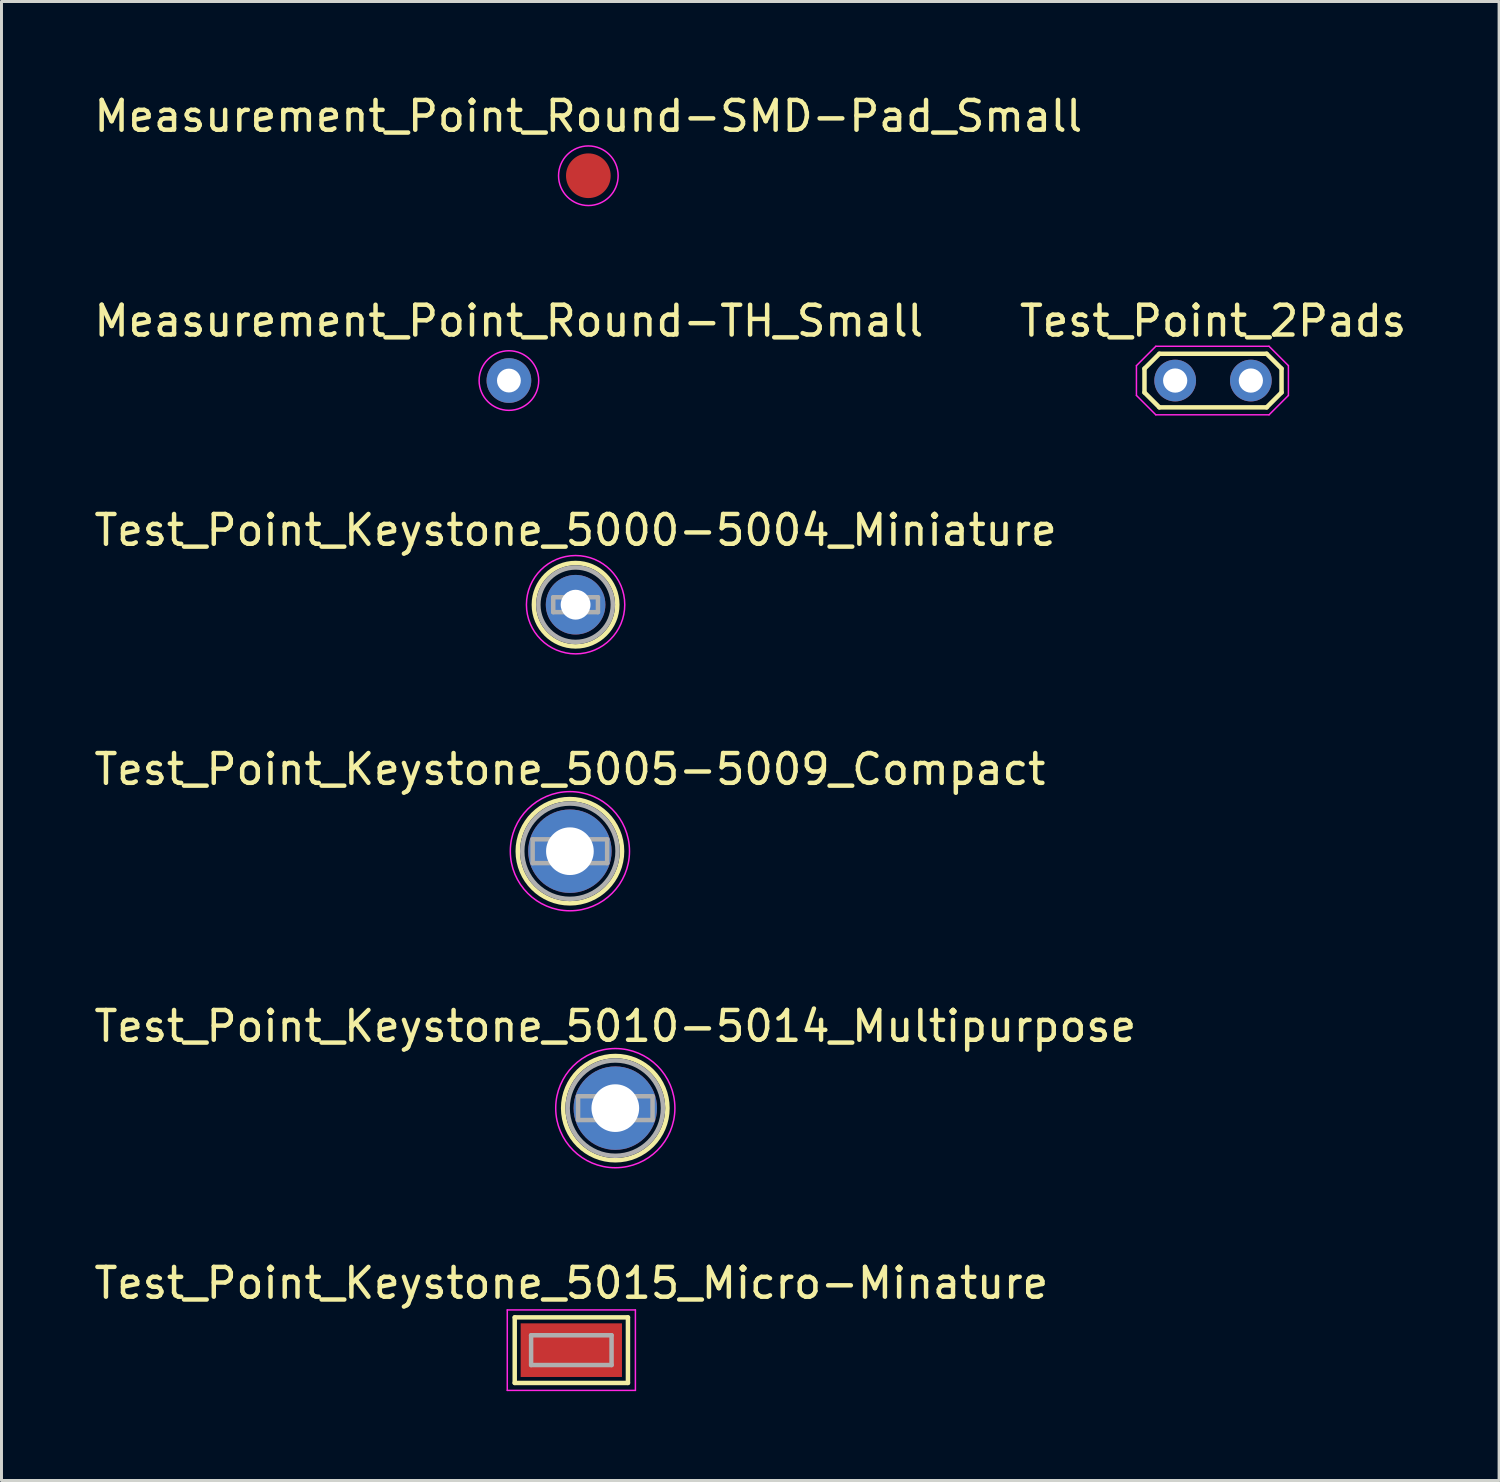
<source format=kicad_pcb>
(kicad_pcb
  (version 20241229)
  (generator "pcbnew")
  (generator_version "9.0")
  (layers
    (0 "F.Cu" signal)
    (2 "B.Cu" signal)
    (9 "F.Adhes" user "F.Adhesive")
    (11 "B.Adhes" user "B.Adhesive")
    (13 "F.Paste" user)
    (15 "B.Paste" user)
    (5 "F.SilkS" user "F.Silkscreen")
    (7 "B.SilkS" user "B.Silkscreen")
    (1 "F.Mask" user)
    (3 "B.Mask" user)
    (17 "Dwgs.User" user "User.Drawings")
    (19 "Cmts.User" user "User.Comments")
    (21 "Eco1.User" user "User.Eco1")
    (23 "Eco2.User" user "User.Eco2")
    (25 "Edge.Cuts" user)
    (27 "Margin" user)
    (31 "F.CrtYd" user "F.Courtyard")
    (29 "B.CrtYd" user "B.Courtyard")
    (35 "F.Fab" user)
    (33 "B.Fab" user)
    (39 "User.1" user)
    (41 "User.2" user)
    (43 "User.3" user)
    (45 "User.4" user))
  (footprint "Measurement_Point_Round-SMD-Pad_Small"
    (layer "F.Cu")
    (at 16.696 2.848)
    (property "Reference" "Measurement_Point_Round-SMD-Pad_Small" (at 0 -2 0) (layer "F.SilkS") (effects (font (size 1 1) (thickness 0.15))))
    (attr exclude_from_pos_files exclude_from_bom)
    (fp_circle (center 0 0) (end 1 0) (stroke (width 0.05) (type solid)) (fill no) (layer "F.CrtYd"))
    (pad "1" smd circle (at 0 0) (size 1.5 1.5) (layers "F.Cu" "F.Mask")))
  (footprint "Test_Point_Keystone_5005-5009_Compact"
    (layer "F.Cu")
    (at 16.077 25.518)
    (property "Reference" "Test_Point_Keystone_5005-5009_Compact" (at 0 -2.75 0) (layer "F.SilkS") (effects (font (size 1 1) (thickness 0.15))))
    (attr exclude_from_pos_files exclude_from_bom)
    (fp_circle (center 0 0) (end 1.75 0) (stroke (width 0.15) (type solid)) (fill no) (layer "F.SilkS"))
    (fp_circle (center 0 0) (end 2 0) (stroke (width 0.05) (type solid)) (fill no) (layer "F.CrtYd"))
    (fp_line (start -1.25 -0.4) (end 1.25 -0.4) (stroke (width 0.15) (type solid)) (layer "F.Fab"))
    (fp_line (start -1.25 0.4) (end -1.25 -0.4) (stroke (width 0.15) (type solid)) (layer "F.Fab"))
    (fp_line (start 1.25 -0.4) (end 1.25 0.4) (stroke (width 0.15) (type solid)) (layer "F.Fab"))
    (fp_line (start 1.25 0.4) (end -1.25 0.4) (stroke (width 0.15) (type solid)) (layer "F.Fab"))
    (fp_circle (center 0 0) (end 1.6 0) (stroke (width 0.15) (type solid)) (fill no) (layer "F.Fab"))
    (pad "1" thru_hole circle (at 0 0) (size 2.8 2.8) (drill 1.6) (layers "*.Cu" "*.Mask")))
  (footprint "Test_Point_Keystone_5010-5014_Multipurpose"
    (layer "F.Cu")
    (at 17.601 34.141)
    (property "Reference" "Test_Point_Keystone_5010-5014_Multipurpose" (at 0 -2.75 0) (layer "F.SilkS") (effects (font (size 1 1) (thickness 0.15))))
    (attr exclude_from_pos_files exclude_from_bom)
    (fp_circle (center 0 0) (end 1.75 0) (stroke (width 0.15) (type solid)) (fill no) (layer "F.SilkS"))
    (fp_circle (center 0 0) (end 2 0) (stroke (width 0.05) (type solid)) (fill no) (layer "F.CrtYd"))
    (fp_line (start -1.25 -0.4) (end 1.25 -0.4) (stroke (width 0.15) (type solid)) (layer "F.Fab"))
    (fp_line (start -1.25 0.4) (end -1.25 -0.4) (stroke (width 0.15) (type solid)) (layer "F.Fab"))
    (fp_line (start 1.25 -0.4) (end 1.25 0.4) (stroke (width 0.15) (type solid)) (layer "F.Fab"))
    (fp_line (start 1.25 0.4) (end -1.25 0.4) (stroke (width 0.15) (type solid)) (layer "F.Fab"))
    (fp_circle (center 0 0) (end 1.6 0) (stroke (width 0.15) (type solid)) (fill no) (layer "F.Fab"))
    (pad "1" thru_hole circle (at 0 0) (size 2.8 2.8) (drill 1.6) (layers "*.Cu" "*.Mask")))
  (footprint "Measurement_Point_Round-TH_Small"
    (layer "F.Cu")
    (at 14.03 9.722)
    (property "Reference" "Measurement_Point_Round-TH_Small" (at 0 -2 0) (layer "F.SilkS") (effects (font (size 1 1) (thickness 0.15))))
    (attr exclude_from_pos_files exclude_from_bom)
    (fp_circle (center 0 0) (end 1 0) (stroke (width 0.05) (type solid)) (fill no) (layer "F.CrtYd"))
    (pad "1" thru_hole circle (at 0 0) (size 1.5 1.5) (drill 0.8) (layers "*.Cu" "*.Mask")))
  (footprint "Test_Point_Keystone_5000-5004_Miniature"
    (layer "F.Cu")
    (at 16.268 17.245)
    (property "Reference" "Test_Point_Keystone_5000-5004_Miniature" (at 0 -2.5 0) (layer "F.SilkS") (effects (font (size 1 1) (thickness 0.15))))
    (attr exclude_from_pos_files exclude_from_bom)
    (fp_circle (center 0 0) (end 1.4 0) (stroke (width 0.15) (type solid)) (fill no) (layer "F.SilkS"))
    (fp_circle (center 0 0) (end 1.65 0) (stroke (width 0.05) (type solid)) (fill no) (layer "F.CrtYd"))
    (fp_line (start -0.75 -0.25) (end 0.75 -0.25) (stroke (width 0.15) (type solid)) (layer "F.Fab"))
    (fp_line (start -0.75 0.25) (end -0.75 -0.25) (stroke (width 0.15) (type solid)) (layer "F.Fab"))
    (fp_line (start 0.75 -0.25) (end 0.75 0.25) (stroke (width 0.15) (type solid)) (layer "F.Fab"))
    (fp_line (start 0.75 0.25) (end -0.75 0.25) (stroke (width 0.15) (type solid)) (layer "F.Fab"))
    (fp_circle (center 0 0) (end 1.25 0) (stroke (width 0.15) (type solid)) (fill no) (layer "F.Fab"))
    (pad "1" thru_hole circle (at 0 0) (size 2 2) (drill 1) (layers "*.Cu" "*.Mask")))
  (footprint "Test_Point_2Pads"
    (layer "F.Cu")
    (at 36.391 9.722)
    (property "Reference" "Test_Point_2Pads" (at 1.27 -2 0) (layer "F.SilkS") (effects (font (size 1 1) (thickness 0.15))))
    (attr exclude_from_pos_files exclude_from_bom)
    (fp_line (start -1.03 -0.4) (end -0.53 -0.9) (stroke (width 0.15) (type solid)) (layer "F.SilkS"))
    (fp_line (start -1.03 0.4) (end -1.03 -0.4) (stroke (width 0.15) (type solid)) (layer "F.SilkS"))
    (fp_line (start -0.53 -0.9) (end 3.07 -0.9) (stroke (width 0.15) (type solid)) (layer "F.SilkS"))
    (fp_line (start -0.53 0.9) (end -1.03 0.4) (stroke (width 0.15) (type solid)) (layer "F.SilkS"))
    (fp_line (start 3.07 -0.9) (end 3.57 -0.4) (stroke (width 0.15) (type solid)) (layer "F.SilkS"))
    (fp_line (start 3.07 0.9) (end -0.53 0.9) (stroke (width 0.15) (type solid)) (layer "F.SilkS"))
    (fp_line (start 3.57 -0.4) (end 3.57 0.4) (stroke (width 0.15) (type solid)) (layer "F.SilkS"))
    (fp_line (start 3.57 0.4) (end 3.07 0.9) (stroke (width 0.15) (type solid)) (layer "F.SilkS"))
    (fp_line (start -1.3 -0.5) (end -1.3 0.5) (stroke (width 0.05) (type solid)) (layer "F.CrtYd"))
    (fp_line (start -1.3 0.5) (end -0.65 1.15) (stroke (width 0.05) (type solid)) (layer "F.CrtYd"))
    (fp_line (start -0.65 -1.15) (end -1.3 -0.5) (stroke (width 0.05) (type solid)) (layer "F.CrtYd"))
    (fp_line (start -0.65 1.15) (end 3.15 1.15) (stroke (width 0.05) (type solid)) (layer "F.CrtYd"))
    (fp_line (start 3.15 -1.15) (end -0.65 -1.15) (stroke (width 0.05) (type solid)) (layer "F.CrtYd"))
    (fp_line (start 3.15 1.15) (end 3.8 0.5) (stroke (width 0.05) (type solid)) (layer "F.CrtYd"))
    (fp_line (start 3.8 -0.5) (end 3.15 -1.15) (stroke (width 0.05) (type solid)) (layer "F.CrtYd"))
    (fp_line (start 3.8 0.5) (end 3.8 -0.5) (stroke (width 0.05) (type solid)) (layer "F.CrtYd"))
    (pad "1" thru_hole circle (at 0 0) (size 1.4 1.4) (drill 0.813) (layers "*.Cu" "*.Mask"))
    (pad "2" thru_hole circle (at 2.54 0) (size 1.4 1.4) (drill 0.813) (layers "*.Cu" "*.Mask")))
  (footprint "Test_Point_Keystone_5015_Micro-Minature"
    (layer "F.Cu")
    (at 16.125 42.264)
    (property "Reference" "Test_Point_Keystone_5015_Micro-Minature" (at 0 -2.25 0) (layer "F.SilkS") (effects (font (size 1 1) (thickness 0.15))))
    (attr exclude_from_pos_files exclude_from_bom)
    (fp_line (start -1.9 -1.1) (end 1.9 -1.1) (stroke (width 0.15) (type solid)) (layer "F.SilkS"))
    (fp_line (start -1.9 1.1) (end -1.9 -1.1) (stroke (width 0.15) (type solid)) (layer "F.SilkS"))
    (fp_line (start 1.9 -1.1) (end 1.9 1.1) (stroke (width 0.15) (type solid)) (layer "F.SilkS"))
    (fp_line (start 1.9 1.1) (end -1.9 1.1) (stroke (width 0.15) (type solid)) (layer "F.SilkS"))
    (fp_line (start -2.15 -1.35) (end 2.15 -1.35) (stroke (width 0.05) (type solid)) (layer "F.CrtYd"))
    (fp_line (start -2.15 1.35) (end -2.15 -1.35) (stroke (width 0.05) (type solid)) (layer "F.CrtYd"))
    (fp_line (start 2.15 -1.35) (end 2.15 1.35) (stroke (width 0.05) (type solid)) (layer "F.CrtYd"))
    (fp_line (start 2.15 1.35) (end -2.15 1.35) (stroke (width 0.05) (type solid)) (layer "F.CrtYd"))
    (fp_line (start -1.35 0.5) (end -1.35 -0.5) (stroke (width 0.15) (type solid)) (layer "F.Fab"))
    (fp_line (start -1.35 0.5) (end 1.35 0.5) (stroke (width 0.15) (type solid)) (layer "F.Fab"))
    (fp_line (start 1.35 -0.5) (end -1.35 -0.5) (stroke (width 0.15) (type solid)) (layer "F.Fab"))
    (fp_line (start 1.35 -0.5) (end 1.35 0.5) (stroke (width 0.15) (type solid)) (layer "F.Fab"))
    (pad "1" smd rect (at 0 0) (size 3.4 1.8) (layers "F.Cu" "F.Mask" "F.Paste")))
  (gr_rect
    (start -3 -3)
    (end 47.262 46.639)
    (stroke (width 0.1) (type default))
    (fill no)
    (layer "Edge.Cuts")))
</source>
